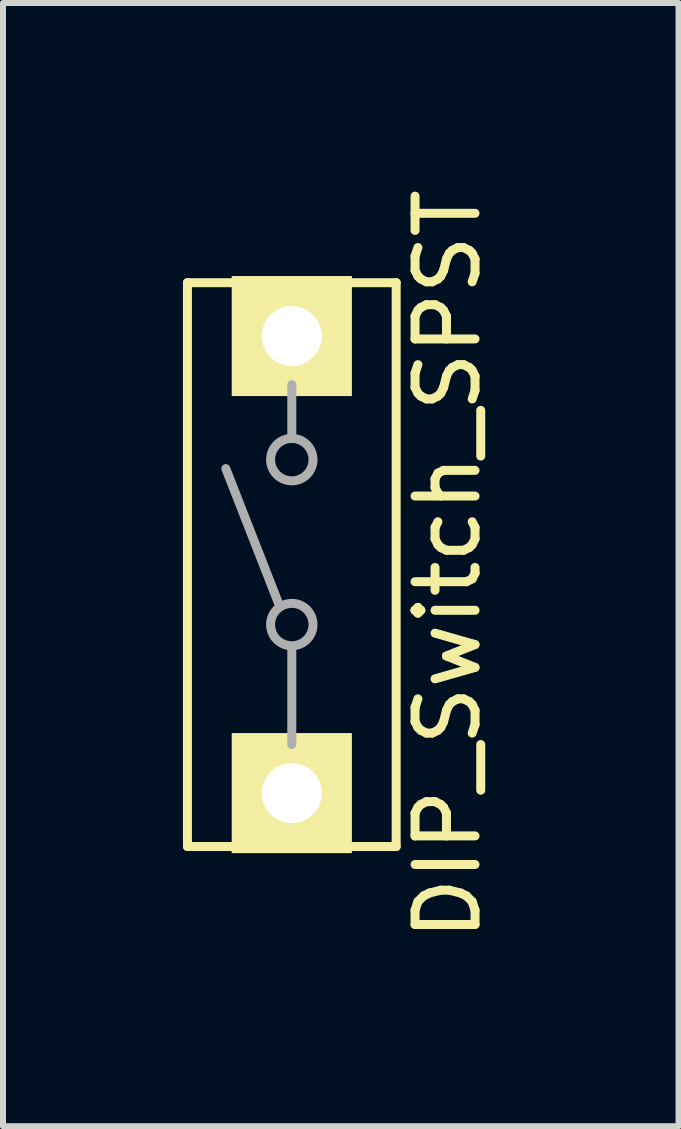
<source format=kicad_pcb>
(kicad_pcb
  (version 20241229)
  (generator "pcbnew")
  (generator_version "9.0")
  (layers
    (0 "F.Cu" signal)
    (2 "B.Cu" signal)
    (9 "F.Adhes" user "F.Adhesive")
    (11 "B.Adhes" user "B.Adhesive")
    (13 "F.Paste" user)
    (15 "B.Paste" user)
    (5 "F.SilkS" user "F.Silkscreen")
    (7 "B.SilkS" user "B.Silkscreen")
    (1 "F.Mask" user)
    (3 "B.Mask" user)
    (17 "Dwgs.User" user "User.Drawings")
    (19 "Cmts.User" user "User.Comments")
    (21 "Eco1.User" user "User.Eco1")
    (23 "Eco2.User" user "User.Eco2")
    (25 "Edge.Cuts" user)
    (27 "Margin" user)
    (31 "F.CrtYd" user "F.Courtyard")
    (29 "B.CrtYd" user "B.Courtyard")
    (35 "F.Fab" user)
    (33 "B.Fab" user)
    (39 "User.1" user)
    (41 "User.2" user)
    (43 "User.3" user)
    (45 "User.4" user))
  (footprint "DIP_Switch_SPST"
    (layer "F.Cu")
    (at 1.815 6.363)
    (property "Reference" "DIP_Switch_SPST" (at 2.6 0 90) (layer "F.SilkS") (effects (font (size 1 1) (thickness 0.15))))
    (attr through_hole)
    (fp_line (start -1.74 -4.7) (end -1.74 4.7) (stroke (width 0.15) (type solid)) (layer "F.SilkS"))
    (fp_line (start -1.74 -4.7) (end 1.74 -4.7) (stroke (width 0.15) (type solid)) (layer "F.SilkS"))
    (fp_line (start -1.74 4.7) (end 1.74 4.7) (stroke (width 0.15) (type solid)) (layer "F.SilkS"))
    (fp_line (start 1.74 -4.7) (end 1.74 4.7) (stroke (width 0.15) (type solid)) (layer "F.SilkS"))
    (fp_line (start -1.1 -1.6) (end -0.2 0.7) (stroke (width 0.15) (type solid)) (layer "F.Fab"))
    (fp_line (start 0 -3) (end 0 -2.1) (stroke (width 0.15) (type solid)) (layer "F.Fab"))
    (fp_line (start 0 3) (end 0 1.4) (stroke (width 0.15) (type solid)) (layer "F.Fab"))
    (fp_circle (center 0 -1.75) (end 0.25 -1.5) (stroke (width 0.15) (type solid)) (fill no) (layer "F.Fab"))
    (fp_circle (center 0 1) (end 0.25 1.25) (stroke (width 0.15) (type solid)) (fill no) (layer "F.Fab"))
    (pad "1" thru_hole rect (at 0 3.81) (size 2 2) (drill 1) (layers "*.Cu" "*.Mask" "F.SilkS"))
    (pad "2" thru_hole rect (at 0 -3.81) (size 2 2) (drill 1) (layers "*.Cu" "*.Mask" "F.SilkS")))
  (gr_rect
    (start -3 -3)
    (end 8.263 15.726)
    (stroke (width 0.1) (type default))
    (fill no)
    (layer "Edge.Cuts")))
</source>
